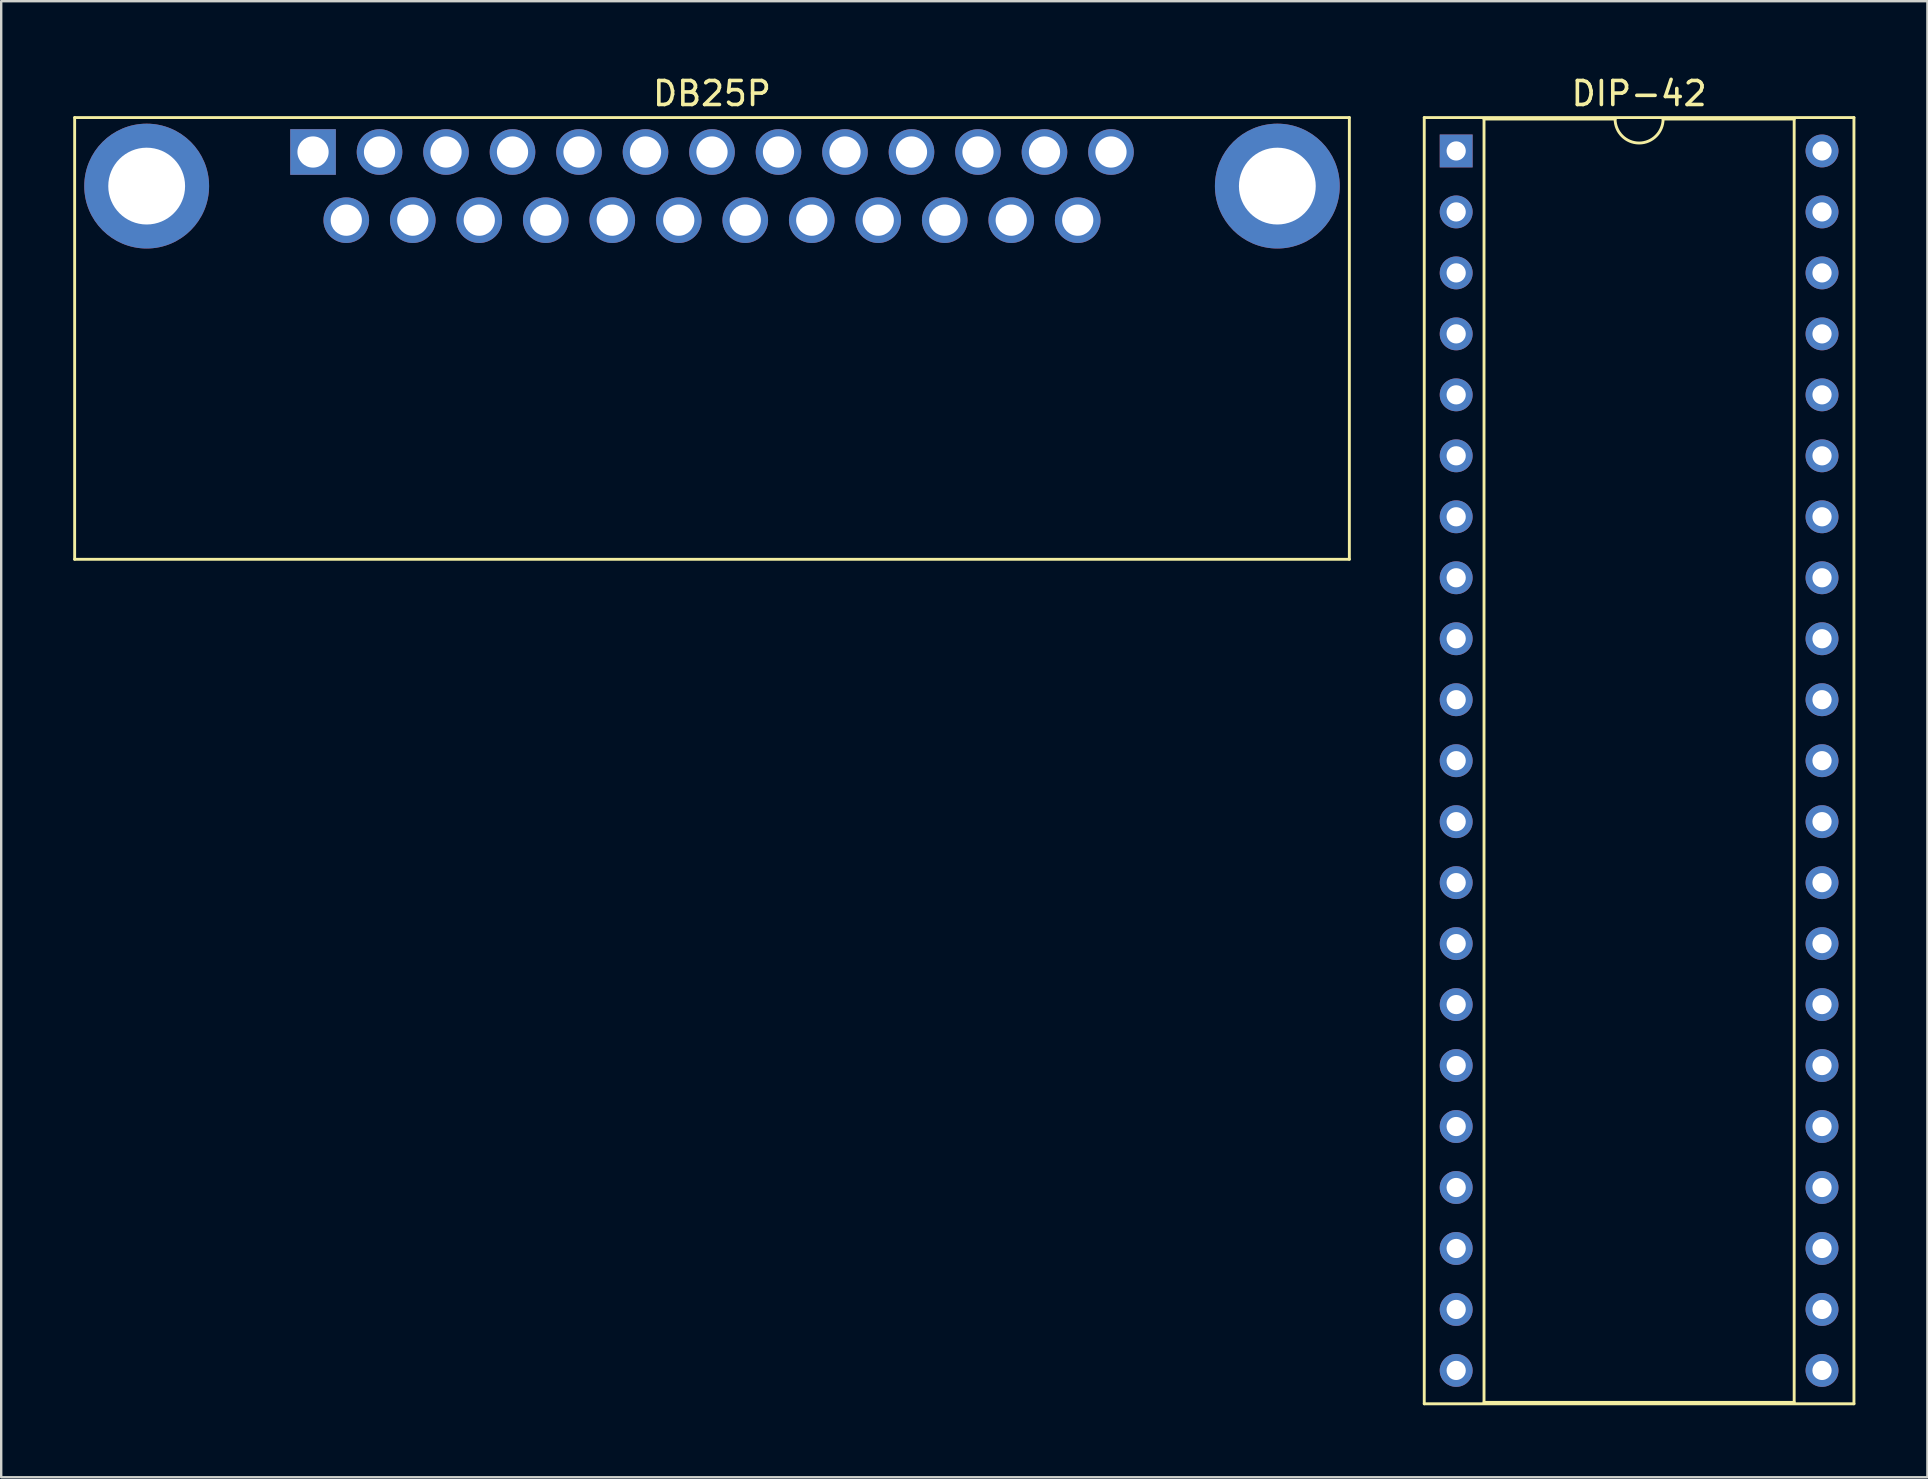
<source format=kicad_pcb>
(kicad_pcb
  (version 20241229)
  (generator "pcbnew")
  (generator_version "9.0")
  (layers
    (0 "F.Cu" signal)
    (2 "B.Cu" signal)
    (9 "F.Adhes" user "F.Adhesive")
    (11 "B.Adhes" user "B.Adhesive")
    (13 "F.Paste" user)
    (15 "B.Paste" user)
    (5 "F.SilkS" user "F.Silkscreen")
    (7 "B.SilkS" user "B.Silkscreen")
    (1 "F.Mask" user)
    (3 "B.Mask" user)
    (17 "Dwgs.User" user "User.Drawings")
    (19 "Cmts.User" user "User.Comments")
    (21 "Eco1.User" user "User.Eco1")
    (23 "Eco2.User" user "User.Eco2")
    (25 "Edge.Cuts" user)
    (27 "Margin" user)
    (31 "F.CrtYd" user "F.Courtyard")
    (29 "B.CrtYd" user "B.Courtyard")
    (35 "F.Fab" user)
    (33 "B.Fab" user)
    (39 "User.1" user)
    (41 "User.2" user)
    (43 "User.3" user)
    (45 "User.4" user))
  (footprint "DB25P"
    (layer "F.Cu")
    (at 9.99 3.282)
    (property "Reference" "DB25P" (at 16.62 -2.434 0) (layer "F.SilkS") (effects (font (size 1 1) (thickness 0.15))))
    (attr through_hole)
    (fp_line (start -9.93 -1.434) (end 43.17 -1.434) (stroke (width 0.12) (type solid)) (layer "F.SilkS"))
    (fp_line (start -9.93 16.966) (end -9.93 -1.434) (stroke (width 0.12) (type solid)) (layer "F.SilkS"))
    (fp_line (start 43.17 -1.434) (end 43.17 16.966) (stroke (width 0.12) (type solid)) (layer "F.SilkS"))
    (fp_line (start 43.17 16.966) (end -9.93 16.966) (stroke (width 0.12) (type solid)) (layer "F.SilkS"))
    (pad "0" thru_hole circle (at -6.93 1.42) (size 5.2 5.2) (drill 3.2) (layers "*.Cu" "*.Mask"))
    (pad "0" thru_hole circle (at 40.17 1.42) (size 5.2 5.2) (drill 3.2) (layers "*.Cu" "*.Mask"))
    (pad "1" thru_hole rect (at 0 0) (size 1.9 1.9) (drill 1.3) (layers "*.Cu" "*.Mask"))
    (pad "2" thru_hole circle (at 2.77 0) (size 1.9 1.9) (drill 1.3) (layers "*.Cu" "*.Mask"))
    (pad "3" thru_hole circle (at 5.54 0) (size 1.9 1.9) (drill 1.3) (layers "*.Cu" "*.Mask"))
    (pad "4" thru_hole circle (at 8.31 0) (size 1.9 1.9) (drill 1.3) (layers "*.Cu" "*.Mask"))
    (pad "5" thru_hole circle (at 11.08 0) (size 1.9 1.9) (drill 1.3) (layers "*.Cu" "*.Mask"))
    (pad "6" thru_hole circle (at 13.85 0) (size 1.9 1.9) (drill 1.3) (layers "*.Cu" "*.Mask"))
    (pad "7" thru_hole circle (at 16.62 0) (size 1.9 1.9) (drill 1.3) (layers "*.Cu" "*.Mask"))
    (pad "8" thru_hole circle (at 19.39 0) (size 1.9 1.9) (drill 1.3) (layers "*.Cu" "*.Mask"))
    (pad "9" thru_hole circle (at 22.16 0) (size 1.9 1.9) (drill 1.3) (layers "*.Cu" "*.Mask"))
    (pad "10" thru_hole circle (at 24.93 0) (size 1.9 1.9) (drill 1.3) (layers "*.Cu" "*.Mask"))
    (pad "11" thru_hole circle (at 27.7 0) (size 1.9 1.9) (drill 1.3) (layers "*.Cu" "*.Mask"))
    (pad "12" thru_hole circle (at 30.47 0) (size 1.9 1.9) (drill 1.3) (layers "*.Cu" "*.Mask"))
    (pad "13" thru_hole circle (at 33.24 0) (size 1.9 1.9) (drill 1.3) (layers "*.Cu" "*.Mask"))
    (pad "14" thru_hole circle (at 1.385 2.84) (size 1.9 1.9) (drill 1.3) (layers "*.Cu" "*.Mask"))
    (pad "15" thru_hole circle (at 4.155 2.84) (size 1.9 1.9) (drill 1.3) (layers "*.Cu" "*.Mask"))
    (pad "16" thru_hole circle (at 6.925 2.84) (size 1.9 1.9) (drill 1.3) (layers "*.Cu" "*.Mask"))
    (pad "17" thru_hole circle (at 9.695 2.84) (size 1.9 1.9) (drill 1.3) (layers "*.Cu" "*.Mask"))
    (pad "18" thru_hole circle (at 12.465 2.84) (size 1.9 1.9) (drill 1.3) (layers "*.Cu" "*.Mask"))
    (pad "19" thru_hole circle (at 15.235 2.84) (size 1.9 1.9) (drill 1.3) (layers "*.Cu" "*.Mask"))
    (pad "20" thru_hole circle (at 18.005 2.84) (size 1.9 1.9) (drill 1.3) (layers "*.Cu" "*.Mask"))
    (pad "21" thru_hole circle (at 20.775 2.84) (size 1.9 1.9) (drill 1.3) (layers "*.Cu" "*.Mask"))
    (pad "22" thru_hole circle (at 23.545 2.84) (size 1.9 1.9) (drill 1.3) (layers "*.Cu" "*.Mask"))
    (pad "23" thru_hole circle (at 26.315 2.84) (size 1.9 1.9) (drill 1.3) (layers "*.Cu" "*.Mask"))
    (pad "24" thru_hole circle (at 29.085 2.84) (size 1.9 1.9) (drill 1.3) (layers "*.Cu" "*.Mask"))
    (pad "25" thru_hole circle (at 31.855 2.84) (size 1.9 1.9) (drill 1.3) (layers "*.Cu" "*.Mask")))
  (footprint "DIP-42"
    (layer "F.Cu")
    (at 57.61 3.238)
    (property "Reference" "DIP-42" (at 7.62 -2.39 0) (layer "F.SilkS") (effects (font (size 1 1) (thickness 0.15))))
    (attr through_hole)
    (fp_line (start -1.33 -1.39) (end -1.33 52.19) (stroke (width 0.12) (type solid)) (layer "F.SilkS"))
    (fp_line (start -1.33 52.19) (end 16.57 52.19) (stroke (width 0.12) (type solid)) (layer "F.SilkS"))
    (fp_line (start 1.16 -1.33) (end 1.16 52.13) (stroke (width 0.12) (type solid)) (layer "F.SilkS"))
    (fp_line (start 1.16 52.13) (end 14.08 52.13) (stroke (width 0.12) (type solid)) (layer "F.SilkS"))
    (fp_line (start 6.62 -1.33) (end 1.16 -1.33) (stroke (width 0.12) (type solid)) (layer "F.SilkS"))
    (fp_line (start 14.08 -1.33) (end 8.62 -1.33) (stroke (width 0.12) (type solid)) (layer "F.SilkS"))
    (fp_line (start 14.08 52.13) (end 14.08 -1.33) (stroke (width 0.12) (type solid)) (layer "F.SilkS"))
    (fp_line (start 16.57 -1.39) (end -1.33 -1.39) (stroke (width 0.12) (type solid)) (layer "F.SilkS"))
    (fp_line (start 16.57 52.19) (end 16.57 -1.39) (stroke (width 0.12) (type solid)) (layer "F.SilkS"))
    (fp_arc (start 8.62 -1.33) (mid 7.62 -0.33) (end 6.62 -1.33) (stroke (width 0.12) (type solid)) (layer "F.SilkS"))
    (pad "1" thru_hole rect (at 0 0) (size 1.37 1.37) (drill 0.8) (layers "*.Cu" "*.Mask"))
    (pad "2" thru_hole circle (at 0 2.54) (size 1.37 1.37) (drill 0.8) (layers "*.Cu" "*.Mask"))
    (pad "3" thru_hole circle (at 0 5.08) (size 1.37 1.37) (drill 0.8) (layers "*.Cu" "*.Mask"))
    (pad "4" thru_hole circle (at 0 7.62) (size 1.37 1.37) (drill 0.8) (layers "*.Cu" "*.Mask"))
    (pad "5" thru_hole circle (at 0 10.16) (size 1.37 1.37) (drill 0.8) (layers "*.Cu" "*.Mask"))
    (pad "6" thru_hole circle (at 0 12.7) (size 1.37 1.37) (drill 0.8) (layers "*.Cu" "*.Mask"))
    (pad "7" thru_hole circle (at 0 15.24) (size 1.37 1.37) (drill 0.8) (layers "*.Cu" "*.Mask"))
    (pad "8" thru_hole circle (at 0 17.78) (size 1.37 1.37) (drill 0.8) (layers "*.Cu" "*.Mask"))
    (pad "9" thru_hole circle (at 0 20.32) (size 1.37 1.37) (drill 0.8) (layers "*.Cu" "*.Mask"))
    (pad "10" thru_hole circle (at 0 22.86) (size 1.37 1.37) (drill 0.8) (layers "*.Cu" "*.Mask"))
    (pad "11" thru_hole circle (at 0 25.4) (size 1.37 1.37) (drill 0.8) (layers "*.Cu" "*.Mask"))
    (pad "12" thru_hole circle (at 0 27.94) (size 1.37 1.37) (drill 0.8) (layers "*.Cu" "*.Mask"))
    (pad "13" thru_hole circle (at 0 30.48) (size 1.37 1.37) (drill 0.8) (layers "*.Cu" "*.Mask"))
    (pad "14" thru_hole circle (at 0 33.02) (size 1.37 1.37) (drill 0.8) (layers "*.Cu" "*.Mask"))
    (pad "15" thru_hole circle (at 0 35.56) (size 1.37 1.37) (drill 0.8) (layers "*.Cu" "*.Mask"))
    (pad "16" thru_hole circle (at 0 38.1) (size 1.37 1.37) (drill 0.8) (layers "*.Cu" "*.Mask"))
    (pad "17" thru_hole circle (at 0 40.64) (size 1.37 1.37) (drill 0.8) (layers "*.Cu" "*.Mask"))
    (pad "18" thru_hole circle (at 0 43.18) (size 1.37 1.37) (drill 0.8) (layers "*.Cu" "*.Mask"))
    (pad "19" thru_hole circle (at 0 45.72) (size 1.37 1.37) (drill 0.8) (layers "*.Cu" "*.Mask"))
    (pad "20" thru_hole circle (at 0 48.26) (size 1.37 1.37) (drill 0.8) (layers "*.Cu" "*.Mask"))
    (pad "21" thru_hole circle (at 0 50.8) (size 1.37 1.37) (drill 0.8) (layers "*.Cu" "*.Mask"))
    (pad "22" thru_hole circle (at 15.24 50.8) (size 1.37 1.37) (drill 0.8) (layers "*.Cu" "*.Mask"))
    (pad "23" thru_hole circle (at 15.24 48.26) (size 1.37 1.37) (drill 0.8) (layers "*.Cu" "*.Mask"))
    (pad "24" thru_hole circle (at 15.24 45.72) (size 1.37 1.37) (drill 0.8) (layers "*.Cu" "*.Mask"))
    (pad "25" thru_hole circle (at 15.24 43.18) (size 1.37 1.37) (drill 0.8) (layers "*.Cu" "*.Mask"))
    (pad "26" thru_hole circle (at 15.24 40.64) (size 1.37 1.37) (drill 0.8) (layers "*.Cu" "*.Mask"))
    (pad "27" thru_hole circle (at 15.24 38.1) (size 1.37 1.37) (drill 0.8) (layers "*.Cu" "*.Mask"))
    (pad "28" thru_hole circle (at 15.24 35.56) (size 1.37 1.37) (drill 0.8) (layers "*.Cu" "*.Mask"))
    (pad "29" thru_hole circle (at 15.24 33.02) (size 1.37 1.37) (drill 0.8) (layers "*.Cu" "*.Mask"))
    (pad "30" thru_hole circle (at 15.24 30.48) (size 1.37 1.37) (drill 0.8) (layers "*.Cu" "*.Mask"))
    (pad "31" thru_hole circle (at 15.24 27.94) (size 1.37 1.37) (drill 0.8) (layers "*.Cu" "*.Mask"))
    (pad "32" thru_hole circle (at 15.24 25.4) (size 1.37 1.37) (drill 0.8) (layers "*.Cu" "*.Mask"))
    (pad "33" thru_hole circle (at 15.24 22.86) (size 1.37 1.37) (drill 0.8) (layers "*.Cu" "*.Mask"))
    (pad "34" thru_hole circle (at 15.24 20.32) (size 1.37 1.37) (drill 0.8) (layers "*.Cu" "*.Mask"))
    (pad "35" thru_hole circle (at 15.24 17.78) (size 1.37 1.37) (drill 0.8) (layers "*.Cu" "*.Mask"))
    (pad "36" thru_hole circle (at 15.24 15.24) (size 1.37 1.37) (drill 0.8) (layers "*.Cu" "*.Mask"))
    (pad "37" thru_hole circle (at 15.24 12.7) (size 1.37 1.37) (drill 0.8) (layers "*.Cu" "*.Mask"))
    (pad "38" thru_hole circle (at 15.24 10.16) (size 1.37 1.37) (drill 0.8) (layers "*.Cu" "*.Mask"))
    (pad "39" thru_hole circle (at 15.24 7.62) (size 1.37 1.37) (drill 0.8) (layers "*.Cu" "*.Mask"))
    (pad "40" thru_hole circle (at 15.24 5.08) (size 1.37 1.37) (drill 0.8) (layers "*.Cu" "*.Mask"))
    (pad "41" thru_hole circle (at 15.24 2.54) (size 1.37 1.37) (drill 0.8) (layers "*.Cu" "*.Mask"))
    (pad "42" thru_hole circle (at 15.24 0) (size 1.37 1.37) (drill 0.8) (layers "*.Cu" "*.Mask")))
  (gr_rect
    (start -3 -3)
    (end 77.24 58.488)
    (stroke (width 0.1) (type default))
    (fill no)
    (layer "Edge.Cuts")))
</source>
